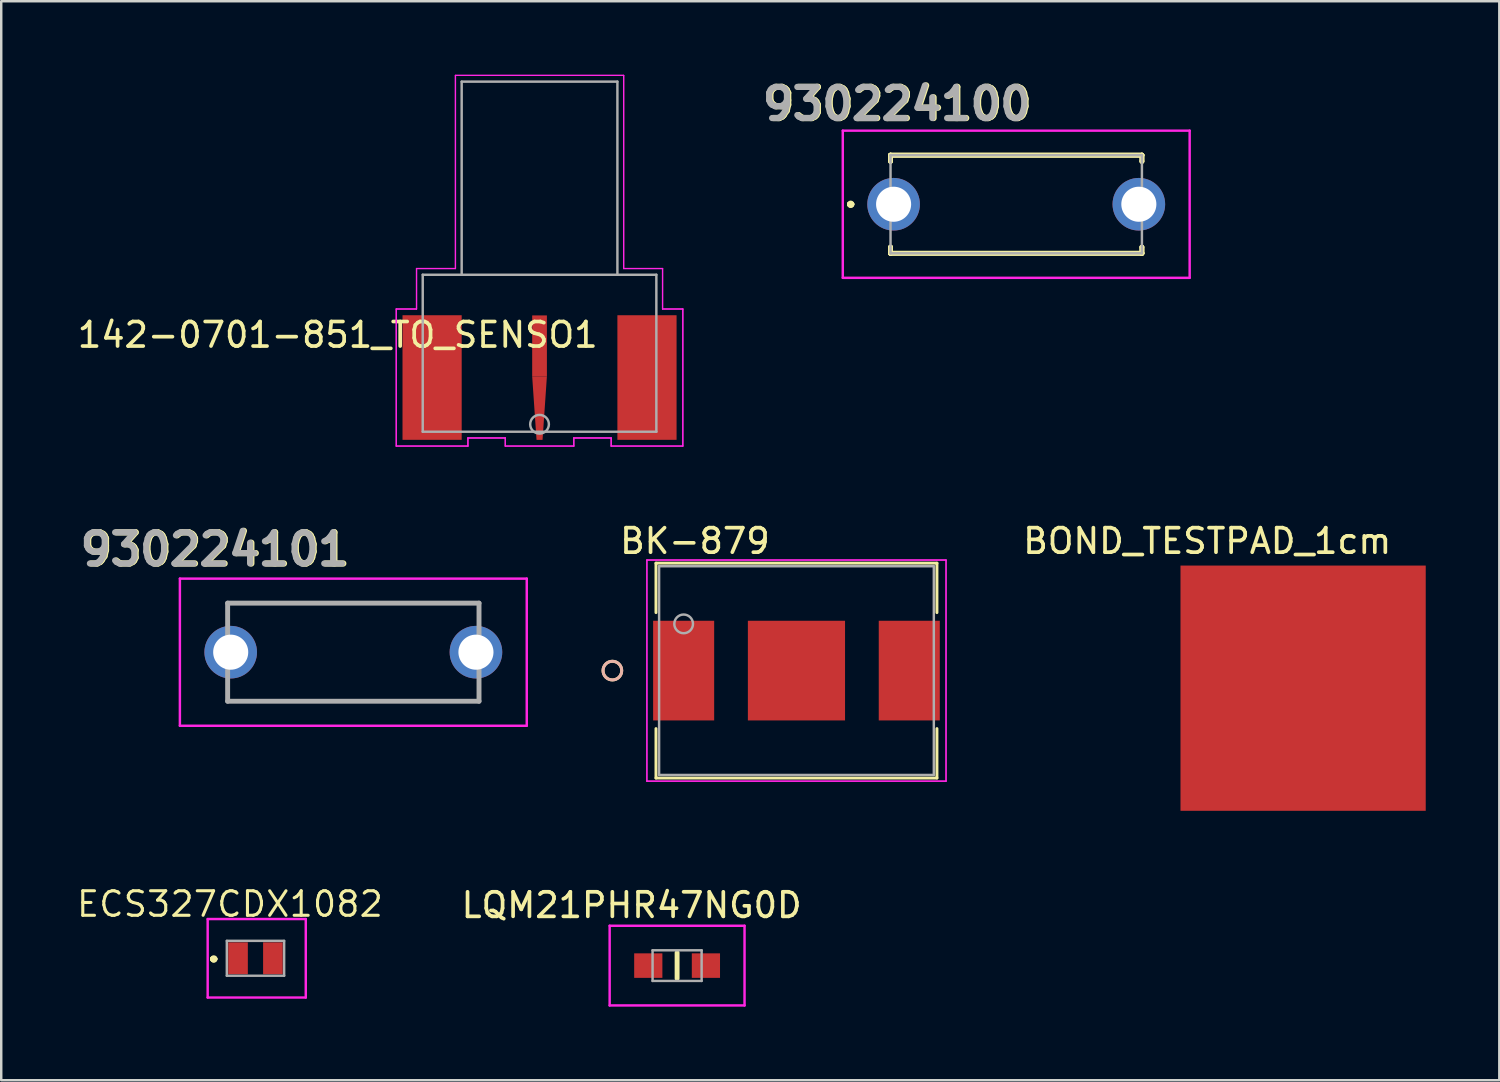
<source format=kicad_pcb>
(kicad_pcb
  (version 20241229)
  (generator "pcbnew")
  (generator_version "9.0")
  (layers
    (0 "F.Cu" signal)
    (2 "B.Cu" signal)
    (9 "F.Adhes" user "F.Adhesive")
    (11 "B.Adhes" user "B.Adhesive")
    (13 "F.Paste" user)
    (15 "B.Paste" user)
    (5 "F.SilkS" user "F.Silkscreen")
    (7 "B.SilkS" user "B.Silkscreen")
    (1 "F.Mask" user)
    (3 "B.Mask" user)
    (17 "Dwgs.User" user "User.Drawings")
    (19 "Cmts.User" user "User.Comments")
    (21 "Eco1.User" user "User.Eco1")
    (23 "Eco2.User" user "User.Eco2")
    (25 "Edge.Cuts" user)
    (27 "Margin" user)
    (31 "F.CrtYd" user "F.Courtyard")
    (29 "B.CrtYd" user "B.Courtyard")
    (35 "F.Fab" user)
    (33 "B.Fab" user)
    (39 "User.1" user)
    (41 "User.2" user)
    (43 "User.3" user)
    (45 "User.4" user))
  (footprint "142-0701-851_TO_SENSO1"
    (layer "F.Cu")
    (at 18.95 12.179)
    (property "Reference" "142-0701-851_TO_SENSO1" (at -8.23 -1.575 0) (layer "F.SilkS") (effects (font (size 1 1) (thickness 0.15))))
    (attr through_hole)
    (fp_line (start -5.842 -2.629) (end -5.842 2.959) (stroke (width 0.05) (type solid)) (layer "F.CrtYd"))
    (fp_line (start -5.842 -2.629) (end -5.842 2.959) (stroke (width 0.05) (type solid)) (layer "F.CrtYd"))
    (fp_line (start -5.842 2.959) (end -2.921 2.959) (stroke (width 0.05) (type solid)) (layer "F.CrtYd"))
    (fp_line (start -5.842 2.959) (end -2.921 2.959) (stroke (width 0.05) (type solid)) (layer "F.CrtYd"))
    (fp_line (start -5.016 -4.28) (end -5.016 -2.629) (stroke (width 0.05) (type solid)) (layer "F.CrtYd"))
    (fp_line (start -5.016 -4.28) (end -5.016 -2.629) (stroke (width 0.05) (type solid)) (layer "F.CrtYd"))
    (fp_line (start -5.016 -2.629) (end -5.842 -2.629) (stroke (width 0.05) (type solid)) (layer "F.CrtYd"))
    (fp_line (start -5.016 -2.629) (end -5.842 -2.629) (stroke (width 0.05) (type solid)) (layer "F.CrtYd"))
    (fp_line (start -3.429 -12.154) (end -3.429 -4.28) (stroke (width 0.05) (type solid)) (layer "F.CrtYd"))
    (fp_line (start -3.429 -12.154) (end -3.429 -4.28) (stroke (width 0.05) (type solid)) (layer "F.CrtYd"))
    (fp_line (start -3.429 -4.28) (end -5.016 -4.28) (stroke (width 0.05) (type solid)) (layer "F.CrtYd"))
    (fp_line (start -3.429 -4.28) (end -5.016 -4.28) (stroke (width 0.05) (type solid)) (layer "F.CrtYd"))
    (fp_line (start -2.921 2.629) (end -1.397 2.629) (stroke (width 0.05) (type solid)) (layer "F.CrtYd"))
    (fp_line (start -2.921 2.629) (end -1.397 2.629) (stroke (width 0.05) (type solid)) (layer "F.CrtYd"))
    (fp_line (start -2.921 2.959) (end -2.921 2.629) (stroke (width 0.05) (type solid)) (layer "F.CrtYd"))
    (fp_line (start -2.921 2.959) (end -2.921 2.629) (stroke (width 0.05) (type solid)) (layer "F.CrtYd"))
    (fp_line (start -1.397 2.629) (end -1.397 2.959) (stroke (width 0.05) (type solid)) (layer "F.CrtYd"))
    (fp_line (start -1.397 2.629) (end -1.397 2.959) (stroke (width 0.05) (type solid)) (layer "F.CrtYd"))
    (fp_line (start -1.397 2.959) (end 1.397 2.959) (stroke (width 0.05) (type solid)) (layer "F.CrtYd"))
    (fp_line (start -1.397 2.959) (end 1.397 2.959) (stroke (width 0.05) (type solid)) (layer "F.CrtYd"))
    (fp_line (start 1.397 2.629) (end 2.921 2.629) (stroke (width 0.05) (type solid)) (layer "F.CrtYd"))
    (fp_line (start 1.397 2.629) (end 2.921 2.629) (stroke (width 0.05) (type solid)) (layer "F.CrtYd"))
    (fp_line (start 1.397 2.959) (end 1.397 2.629) (stroke (width 0.05) (type solid)) (layer "F.CrtYd"))
    (fp_line (start 1.397 2.959) (end 1.397 2.629) (stroke (width 0.05) (type solid)) (layer "F.CrtYd"))
    (fp_line (start 2.921 2.629) (end 2.921 2.959) (stroke (width 0.05) (type solid)) (layer "F.CrtYd"))
    (fp_line (start 2.921 2.629) (end 2.921 2.959) (stroke (width 0.05) (type solid)) (layer "F.CrtYd"))
    (fp_line (start 2.921 2.959) (end 5.842 2.959) (stroke (width 0.05) (type solid)) (layer "F.CrtYd"))
    (fp_line (start 2.921 2.959) (end 5.842 2.959) (stroke (width 0.05) (type solid)) (layer "F.CrtYd"))
    (fp_line (start 3.429 -12.154) (end -3.429 -12.154) (stroke (width 0.05) (type solid)) (layer "F.CrtYd"))
    (fp_line (start 3.429 -12.154) (end -3.429 -12.154) (stroke (width 0.05) (type solid)) (layer "F.CrtYd"))
    (fp_line (start 3.429 -4.28) (end 3.429 -12.154) (stroke (width 0.05) (type solid)) (layer "F.CrtYd"))
    (fp_line (start 3.429 -4.28) (end 3.429 -12.154) (stroke (width 0.05) (type solid)) (layer "F.CrtYd"))
    (fp_line (start 5.016 -4.28) (end 3.429 -4.28) (stroke (width 0.05) (type solid)) (layer "F.CrtYd"))
    (fp_line (start 5.016 -4.28) (end 3.429 -4.28) (stroke (width 0.05) (type solid)) (layer "F.CrtYd"))
    (fp_line (start 5.016 -2.629) (end 5.016 -4.28) (stroke (width 0.05) (type solid)) (layer "F.CrtYd"))
    (fp_line (start 5.016 -2.629) (end 5.016 -4.28) (stroke (width 0.05) (type solid)) (layer "F.CrtYd"))
    (fp_line (start 5.842 -2.629) (end 5.016 -2.629) (stroke (width 0.05) (type solid)) (layer "F.CrtYd"))
    (fp_line (start 5.842 -2.629) (end 5.016 -2.629) (stroke (width 0.05) (type solid)) (layer "F.CrtYd"))
    (fp_line (start 5.842 2.959) (end 5.842 -2.629) (stroke (width 0.05) (type solid)) (layer "F.CrtYd"))
    (fp_line (start 5.842 2.959) (end 5.842 -2.629) (stroke (width 0.05) (type solid)) (layer "F.CrtYd"))
    (fp_line (start -4.763 -4.026) (end -4.763 2.375) (stroke (width 0.1) (type solid)) (layer "F.Fab"))
    (fp_line (start -4.763 2.375) (end 4.763 2.375) (stroke (width 0.1) (type solid)) (layer "F.Fab"))
    (fp_line (start -3.175 -11.9) (end 3.175 -11.9) (stroke (width 0.1) (type solid)) (layer "F.Fab"))
    (fp_line (start -3.175 -4.026) (end -3.175 -11.9) (stroke (width 0.1) (type solid)) (layer "F.Fab"))
    (fp_line (start 3.175 -11.9) (end 3.175 -4.026) (stroke (width 0.1) (type solid)) (layer "F.Fab"))
    (fp_line (start 4.763 -4.026) (end -4.763 -4.026) (stroke (width 0.1) (type solid)) (layer "F.Fab"))
    (fp_line (start 4.763 2.375) (end 4.763 -4.026) (stroke (width 0.1) (type solid)) (layer "F.Fab"))
    (fp_circle (center 0 2.07) (end 0.381 2.07) (stroke (width 0.1) (type solid)) (fill no) (layer "F.Fab"))
    (pad "1" smd rect (at 0 -1.118) (size 0.6 2.5) (layers "F.Cu" "F.Mask" "F.Paste"))
    (pad "1" smd trapezoid (at 0 1.419 180) (size 0.422 2.575) (rect_delta 0 0.177) (layers "F.Cu" "F.Mask" "F.Paste"))
    (pad "2" smd rect (at -4.381 0.165) (size 2.413 5.08) (layers "F.Cu" "F.Mask" "F.Paste"))
    (pad "3" smd rect (at 4.381 0.165) (size 2.413 5.08) (layers "F.Cu" "F.Mask" "F.Paste")))
  (footprint "LQM21PHR47NG0D"
    (layer "F.Cu")
    (at 24.559 36.323)
    (property "Reference" "LQM21PHR47NG0D" (at -1.854 -2.464 0) (layer "F.SilkS") (effects (font (size 1 1) (thickness 0.15))))
    (attr smd)
    (fp_line (start 0 -0.525) (end 0 0.525) (stroke (width 0.2) (type solid)) (layer "F.SilkS"))
    (fp_line (start -2.75 -1.625) (end 2.75 -1.625) (stroke (width 0.1) (type solid)) (layer "F.CrtYd"))
    (fp_line (start -2.75 1.625) (end -2.75 -1.625) (stroke (width 0.1) (type solid)) (layer "F.CrtYd"))
    (fp_line (start 2.75 -1.625) (end 2.75 1.625) (stroke (width 0.1) (type solid)) (layer "F.CrtYd"))
    (fp_line (start 2.75 1.625) (end -2.75 1.625) (stroke (width 0.1) (type solid)) (layer "F.CrtYd"))
    (fp_line (start -1 -0.625) (end 1 -0.625) (stroke (width 0.1) (type solid)) (layer "F.Fab"))
    (fp_line (start -1 0.625) (end -1 -0.625) (stroke (width 0.1) (type solid)) (layer "F.Fab"))
    (fp_line (start 1 -0.625) (end 1 0.625) (stroke (width 0.1) (type solid)) (layer "F.Fab"))
    (fp_line (start 1 0.625) (end -1 0.625) (stroke (width 0.1) (type solid)) (layer "F.Fab"))
    (pad "1" smd rect (at -1.175 0 90) (size 1 1.15) (layers "F.Cu" "F.Mask" "F.Paste"))
    (pad "2" smd rect (at 1.175 0 90) (size 1 1.15) (layers "F.Cu" "F.Mask" "F.Paste")))
  (footprint "930224100"
    (layer "F.Cu")
    (at 33.387 5.278)
    (property "Reference" "930224100" (at 0.178 -4.089 0) (layer "F.SilkS") (effects (font (size 1.27 1.27) (thickness 0.254))))
    (attr through_hole)
    (fp_line (start -1.8 0) (end -1.8 0) (stroke (width 0.2) (type solid)) (layer "F.SilkS"))
    (fp_line (start -1.8 0) (end -1.8 0) (stroke (width 0.2) (type solid)) (layer "F.SilkS"))
    (fp_line (start -1.7 0) (end -1.7 0) (stroke (width 0.2) (type solid)) (layer "F.SilkS"))
    (fp_line (start -0.125 -2) (end -0.125 -2) (stroke (width 0.2) (type solid)) (layer "F.SilkS"))
    (fp_line (start -0.125 -2) (end -0.125 -2) (stroke (width 0.2) (type solid)) (layer "F.SilkS"))
    (fp_line (start -0.125 -2) (end -0.125 -1.75) (stroke (width 0.2) (type solid)) (layer "F.SilkS"))
    (fp_line (start -0.125 -2) (end 10.125 -2) (stroke (width 0.2) (type solid)) (layer "F.SilkS"))
    (fp_line (start -0.125 -1.75) (end -0.125 -2) (stroke (width 0.2) (type solid)) (layer "F.SilkS"))
    (fp_line (start -0.125 -1.75) (end -0.125 -1.75) (stroke (width 0.2) (type solid)) (layer "F.SilkS"))
    (fp_line (start -0.125 1.75) (end -0.125 1.75) (stroke (width 0.2) (type solid)) (layer "F.SilkS"))
    (fp_line (start -0.125 1.75) (end -0.125 2) (stroke (width 0.2) (type solid)) (layer "F.SilkS"))
    (fp_line (start -0.125 2) (end -0.125 1.75) (stroke (width 0.2) (type solid)) (layer "F.SilkS"))
    (fp_line (start -0.125 2) (end -0.125 2) (stroke (width 0.2) (type solid)) (layer "F.SilkS"))
    (fp_line (start -0.125 2) (end -0.125 2) (stroke (width 0.2) (type solid)) (layer "F.SilkS"))
    (fp_line (start -0.125 2) (end 10.125 2) (stroke (width 0.2) (type solid)) (layer "F.SilkS"))
    (fp_line (start 10.125 -2) (end -0.125 -2) (stroke (width 0.2) (type solid)) (layer "F.SilkS"))
    (fp_line (start 10.125 -2) (end 10.125 -2) (stroke (width 0.2) (type solid)) (layer "F.SilkS"))
    (fp_line (start 10.125 -2) (end 10.125 -2) (stroke (width 0.2) (type solid)) (layer "F.SilkS"))
    (fp_line (start 10.125 -2) (end 10.125 -1.75) (stroke (width 0.2) (type solid)) (layer "F.SilkS"))
    (fp_line (start 10.125 -1.75) (end 10.125 -2) (stroke (width 0.2) (type solid)) (layer "F.SilkS"))
    (fp_line (start 10.125 -1.75) (end 10.125 -1.75) (stroke (width 0.2) (type solid)) (layer "F.SilkS"))
    (fp_line (start 10.125 1.75) (end 10.125 1.75) (stroke (width 0.2) (type solid)) (layer "F.SilkS"))
    (fp_line (start 10.125 1.75) (end 10.125 2) (stroke (width 0.2) (type solid)) (layer "F.SilkS"))
    (fp_line (start 10.125 2) (end -0.125 2) (stroke (width 0.2) (type solid)) (layer "F.SilkS"))
    (fp_line (start 10.125 2) (end 10.125 1.75) (stroke (width 0.2) (type solid)) (layer "F.SilkS"))
    (fp_line (start 10.125 2) (end 10.125 2) (stroke (width 0.2) (type solid)) (layer "F.SilkS"))
    (fp_line (start 10.125 2) (end 10.125 2) (stroke (width 0.2) (type solid)) (layer "F.SilkS"))
    (fp_arc (start -1.8 0) (mid -1.75 -0.05) (end -1.7 0) (stroke (width 0.2) (type solid)) (layer "F.SilkS"))
    (fp_arc (start -1.7 0) (mid -1.75 0.05) (end -1.8 0) (stroke (width 0.2) (type solid)) (layer "F.SilkS"))
    (fp_arc (start -1.7 0) (mid -1.75 0.05) (end -1.8 0) (stroke (width 0.2) (type solid)) (layer "F.SilkS"))
    (fp_line (start -2.072 -3) (end 12.072 -3) (stroke (width 0.1) (type solid)) (layer "F.CrtYd"))
    (fp_line (start -2.072 3) (end -2.072 -3) (stroke (width 0.1) (type solid)) (layer "F.CrtYd"))
    (fp_line (start 12.072 -3) (end 12.072 3) (stroke (width 0.1) (type solid)) (layer "F.CrtYd"))
    (fp_line (start 12.072 3) (end -2.072 3) (stroke (width 0.1) (type solid)) (layer "F.CrtYd"))
    (fp_line (start -0.125 -2) (end -0.125 2) (stroke (width 0.1) (type solid)) (layer "F.Fab"))
    (fp_line (start -0.125 2) (end 10.125 2) (stroke (width 0.1) (type solid)) (layer "F.Fab"))
    (fp_line (start 10.125 -2) (end -0.125 -2) (stroke (width 0.1) (type solid)) (layer "F.Fab"))
    (fp_line (start 10.125 2) (end 10.125 -2) (stroke (width 0.1) (type solid)) (layer "F.Fab"))
    (fp_text user "${REFERENCE}" (at 0.127 -4.089 0) (layer "F.Fab") (effects (font (size 1.27 1.27) (thickness 0.254))))
    (pad "1" thru_hole circle (at 0 0) (size 2.145 2.145) (drill 1.43) (layers "*.Cu" "*.Mask"))
    (pad "2" thru_hole circle (at 10 0) (size 2.145 2.145) (drill 1.43) (layers "*.Cu" "*.Mask")))
  (footprint "BK-879"
    (layer "F.Cu")
    (at 29.426 24.294)
    (property "Reference" "BK-879" (at -4.14 -5.283 0) (layer "F.SilkS") (effects (font (size 1 1) (thickness 0.15))))
    (attr through_hole)
    (fp_line (start -5.728 -4.381) (end -5.728 -2.365) (stroke (width 0.12) (type solid)) (layer "F.SilkS"))
    (fp_line (start -5.728 2.365) (end -5.728 4.381) (stroke (width 0.12) (type solid)) (layer "F.SilkS"))
    (fp_line (start -5.728 4.381) (end 5.728 4.381) (stroke (width 0.12) (type solid)) (layer "F.SilkS"))
    (fp_line (start 5.728 -4.381) (end -5.728 -4.381) (stroke (width 0.12) (type solid)) (layer "F.SilkS"))
    (fp_line (start 5.728 -2.365) (end 5.728 -4.381) (stroke (width 0.12) (type solid)) (layer "F.SilkS"))
    (fp_line (start 5.728 4.381) (end 5.728 2.365) (stroke (width 0.12) (type solid)) (layer "F.SilkS"))
    (fp_circle (center -7.506 0) (end -7.125 0) (stroke (width 0.12) (type solid)) (fill no) (layer "F.SilkS"))
    (fp_circle (center -7.506 0) (end -7.125 0) (stroke (width 0.12) (type solid)) (fill no) (layer "B.SilkS"))
    (fp_line (start -6.099 -4.508) (end -6.099 4.508) (stroke (width 0.05) (type solid)) (layer "F.CrtYd"))
    (fp_line (start -6.099 -4.508) (end -6.099 4.508) (stroke (width 0.05) (type solid)) (layer "F.CrtYd"))
    (fp_line (start -6.099 4.508) (end 6.099 4.508) (stroke (width 0.05) (type solid)) (layer "F.CrtYd"))
    (fp_line (start -6.099 4.508) (end 6.099 4.508) (stroke (width 0.05) (type solid)) (layer "F.CrtYd"))
    (fp_line (start 6.099 -4.508) (end -6.099 -4.508) (stroke (width 0.05) (type solid)) (layer "F.CrtYd"))
    (fp_line (start 6.099 -4.508) (end -6.099 -4.508) (stroke (width 0.05) (type solid)) (layer "F.CrtYd"))
    (fp_line (start 6.099 4.508) (end 6.099 -4.508) (stroke (width 0.05) (type solid)) (layer "F.CrtYd"))
    (fp_line (start 6.099 4.508) (end 6.099 -4.508) (stroke (width 0.05) (type solid)) (layer "F.CrtYd"))
    (fp_line (start -5.601 -4.255) (end -5.601 4.255) (stroke (width 0.1) (type solid)) (layer "F.Fab"))
    (fp_line (start -5.601 4.255) (end 5.601 4.255) (stroke (width 0.1) (type solid)) (layer "F.Fab"))
    (fp_line (start 5.601 -4.255) (end -5.601 -4.255) (stroke (width 0.1) (type solid)) (layer "F.Fab"))
    (fp_line (start 5.601 4.255) (end 5.601 -4.255) (stroke (width 0.1) (type solid)) (layer "F.Fab"))
    (fp_circle (center -4.6 -1.905) (end -4.219 -1.905) (stroke (width 0.1) (type solid)) (fill no) (layer "F.Fab"))
    (pad "1" smd rect (at -4.6 0) (size 2.489 4.064) (layers "F.Cu" "F.Mask" "F.Paste"))
    (pad "2" smd rect (at 4.6 0) (size 2.489 4.064) (layers "F.Cu" "F.Mask" "F.Paste"))
    (pad "3" smd rect (at 0 0 90) (size 4.064 3.962) (layers "F.Cu" "F.Mask" "F.Paste")))
  (footprint "ECS327CDX1082"
    (layer "F.Cu")
    (at 7.418 36.025)
    (property "Reference" "ECS327CDX1082" (at -1.092 -2.21 0) (layer "F.SilkS") (effects (font (size 1 1) (thickness 0.125))))
    (attr smd)
    (fp_line (start -1.803 0.026) (end -1.803 0.026) (stroke (width 0.2) (type solid)) (layer "F.SilkS"))
    (fp_line (start -1.803 0.026) (end -1.803 0.026) (stroke (width 0.2) (type solid)) (layer "F.SilkS"))
    (fp_line (start -1.703 0.026) (end -1.703 0.026) (stroke (width 0.2) (type solid)) (layer "F.SilkS"))
    (fp_arc (start -1.8026 0.0262) (mid -1.7526 -0.0238) (end -1.7026 0.0262) (stroke (width 0.2) (type solid)) (layer "F.SilkS"))
    (fp_arc (start -1.7026 0.0262) (mid -1.7526 0.0762) (end -1.8026 0.0262) (stroke (width 0.2) (type solid)) (layer "F.SilkS"))
    (fp_arc (start -1.7026 0.0262) (mid -1.7526 0.0762) (end -1.8026 0.0262) (stroke (width 0.2) (type solid)) (layer "F.SilkS"))
    (fp_line (start -2 -1.6) (end 2 -1.6) (stroke (width 0.1) (type solid)) (layer "F.CrtYd"))
    (fp_line (start -2 1.6) (end -2 -1.6) (stroke (width 0.1) (type solid)) (layer "F.CrtYd"))
    (fp_line (start 2 -1.6) (end 2 1.6) (stroke (width 0.1) (type solid)) (layer "F.CrtYd"))
    (fp_line (start 2 1.6) (end -2 1.6) (stroke (width 0.1) (type solid)) (layer "F.CrtYd"))
    (fp_line (start -1.219 -0.711) (end -1.219 0.711) (stroke (width 0.1) (type solid)) (layer "F.Fab"))
    (fp_line (start -1.219 0.711) (end 1.118 0.711) (stroke (width 0.1) (type solid)) (layer "F.Fab"))
    (fp_line (start 1.118 -0.711) (end -1.219 -0.711) (stroke (width 0.1) (type solid)) (layer "F.Fab"))
    (fp_line (start 1.118 0.711) (end 1.118 -0.711) (stroke (width 0.1) (type solid)) (layer "F.Fab"))
    (pad "1" smd rect (at -0.762 0) (size 0.8 1.3) (layers "F.Cu" "F.Mask" "F.Paste"))
    (pad "2" smd rect (at 0.66 0) (size 0.8 1.3) (layers "F.Cu" "F.Mask" "F.Paste")))
  (footprint "930224101"
    (layer "F.Cu")
    (at 6.357 23.543)
    (property "Reference" "930224101" (at -0.61 -4.191 0) (layer "F.SilkS") (effects (font (size 1.27 1.27) (thickness 0.254))))
    (attr through_hole)
    (fp_line (start -0.125 -2) (end 10.125 -2) (stroke (width 0.1) (type solid)) (layer "F.SilkS"))
    (fp_line (start -0.125 -1.5) (end -0.125 -2) (stroke (width 0.1) (type solid)) (layer "F.SilkS"))
    (fp_line (start -0.125 1.5) (end -0.125 2) (stroke (width 0.1) (type solid)) (layer "F.SilkS"))
    (fp_line (start -0.125 2) (end 10.125 2) (stroke (width 0.1) (type solid)) (layer "F.SilkS"))
    (fp_line (start 10.125 -2) (end 10.125 -1.5) (stroke (width 0.1) (type solid)) (layer "F.SilkS"))
    (fp_line (start 10.125 2) (end 10.125 1.5) (stroke (width 0.1) (type solid)) (layer "F.SilkS"))
    (fp_line (start -2.072 -3) (end 12.072 -3) (stroke (width 0.1) (type solid)) (layer "F.CrtYd"))
    (fp_line (start -2.072 3) (end -2.072 -3) (stroke (width 0.1) (type solid)) (layer "F.CrtYd"))
    (fp_line (start 12.072 -3) (end 12.072 3) (stroke (width 0.1) (type solid)) (layer "F.CrtYd"))
    (fp_line (start 12.072 3) (end -2.072 3) (stroke (width 0.1) (type solid)) (layer "F.CrtYd"))
    (fp_line (start -0.125 -2) (end 10.125 -2) (stroke (width 0.2) (type solid)) (layer "F.Fab"))
    (fp_line (start -0.125 2) (end -0.125 -2) (stroke (width 0.2) (type solid)) (layer "F.Fab"))
    (fp_line (start 10.125 -2) (end 10.125 2) (stroke (width 0.2) (type solid)) (layer "F.Fab"))
    (fp_line (start 10.125 2) (end -0.125 2) (stroke (width 0.2) (type solid)) (layer "F.Fab"))
    (fp_text user "${REFERENCE}" (at -0.66 -4.191 0) (layer "F.Fab") (effects (font (size 1.27 1.27) (thickness 0.254))))
    (pad "1" thru_hole circle (at 0 0) (size 2.145 2.145) (drill 1.43) (layers "*.Cu" "*.Mask"))
    (pad "2" thru_hole circle (at 10 0) (size 2.145 2.145) (drill 1.43) (layers "*.Cu" "*.Mask")))
  (footprint "BOND_TESTPAD_1cm"
    (layer "F.Cu")
    (at 50.085 25.011)
    (property "Reference" "BOND_TESTPAD_1cm" (at -3.91 -6 0) (unlocked yes) (layer "F.SilkS") (effects (font (size 1 1) (thickness 0.15))))
    (attr smd)
    (pad "1" smd rect (at 0 0) (size 10 10) (layers "F.Cu" "F.Mask" "F.Paste")))
  (gr_rect
    (start -3 -3)
    (end 58.085 40.998)
    (stroke (width 0.1) (type default))
    (fill no)
    (layer "Edge.Cuts")))
</source>
